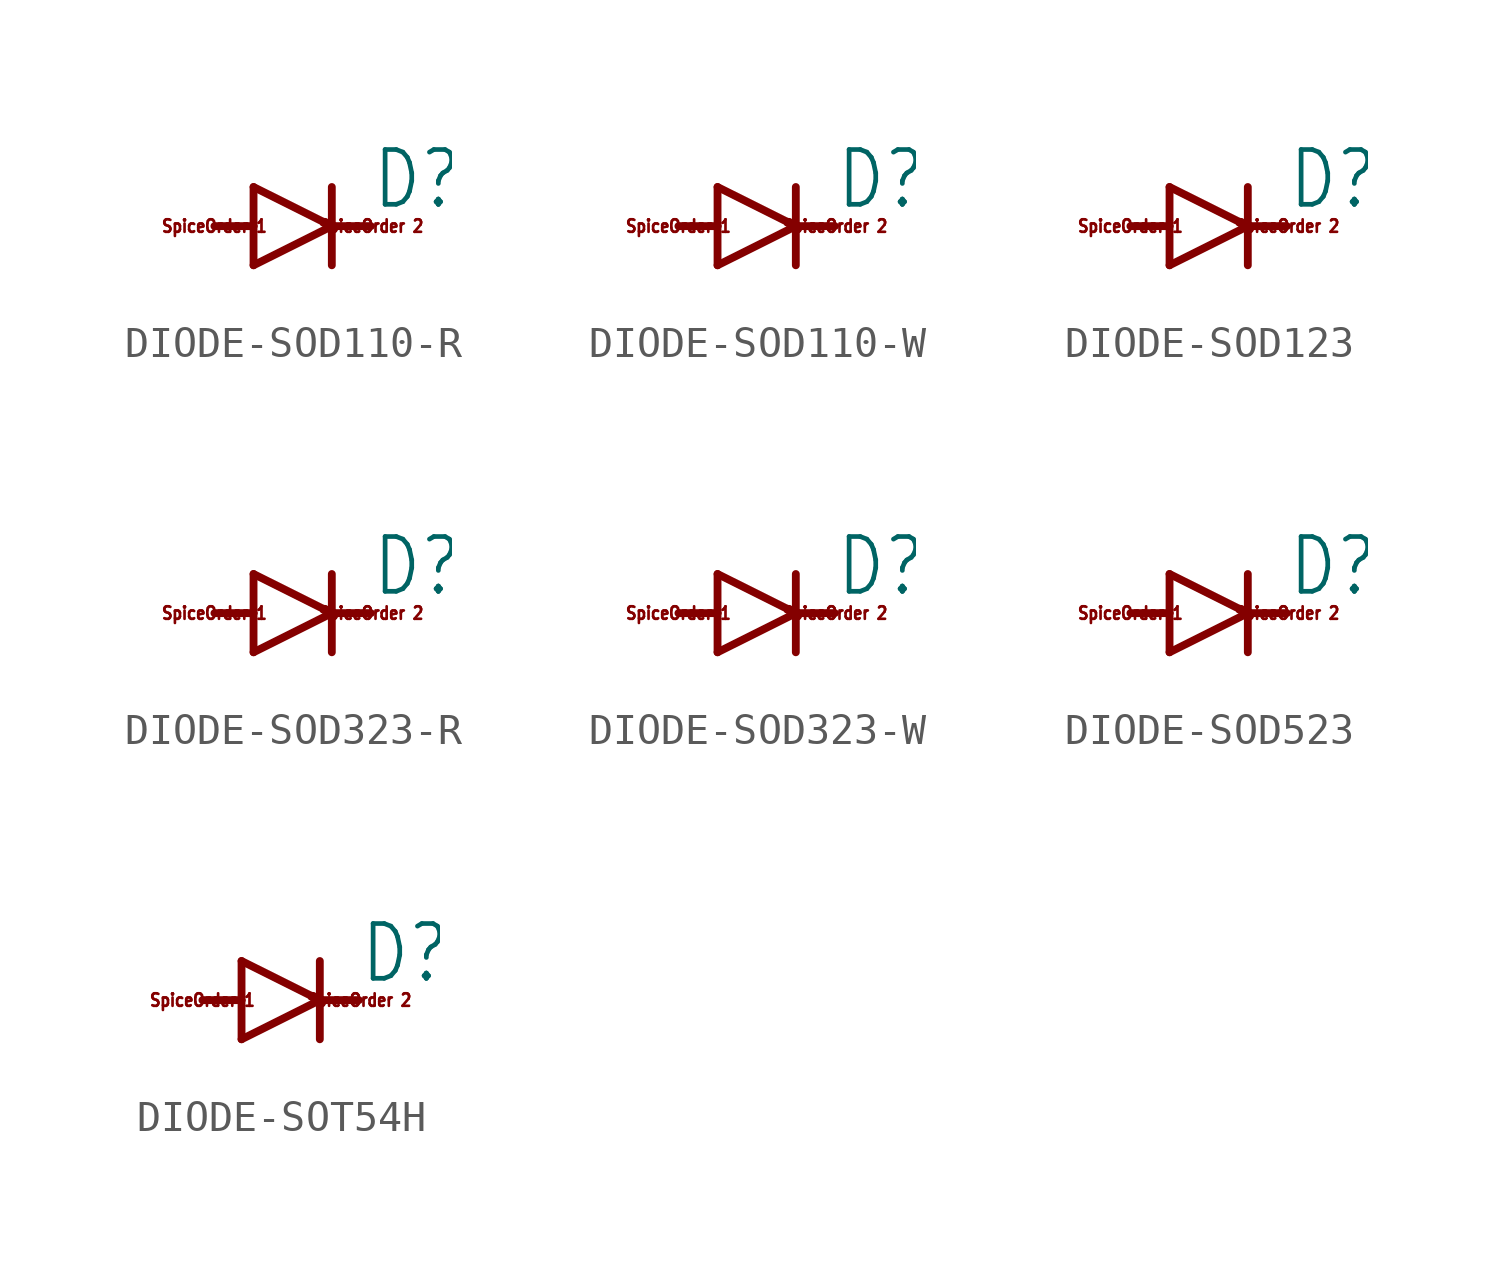
<source format=kicad_sym>
(kicad_symbol_lib
  (version 20241209)
  (generator "kicad_symbol_editor")
  (generator_version "9.0")
  (symbol "DIODE-SOD110-R"
    (property "Reference" "D"
      (at 2.54 0.483 0)
      (effects (font (size 1.778 1.511)) (justify left bottom)))
    (property "Value" ""
      (at 2.54 -2.311 0)
      (effects (font (size 1.778 1.511)) (justify left bottom)))
    (property "ki_locked" ""
      (at 0 0 0)
      (effects (font (size 1.27 1.27))))
    (symbol "DIODE-SOD110-R_1_0"
      (polyline (pts (xy -1.27 1.27) (xy -1.27 0)) (stroke (width 0.254) (type solid)) (fill (type none)))
      (polyline (pts (xy -1.27 0) (xy -2.54 0)) (stroke (width 0.254) (type solid)) (fill (type none)))
      (polyline (pts (xy -1.27 0) (xy -1.27 -1.27)) (stroke (width 0.254) (type solid)) (fill (type none)))
      (polyline (pts (xy -1.27 -1.27) (xy 1.27 0)) (stroke (width 0.254) (type solid)) (fill (type none)))
      (polyline (pts (xy 1.27 1.27) (xy 1.27 0)) (stroke (width 0.254) (type solid)) (fill (type none)))
      (polyline (pts (xy 1.27 0) (xy -1.27 1.27)) (stroke (width 0.254) (type solid)) (fill (type none)))
      (polyline (pts (xy 1.27 0) (xy 1.27 -1.27)) (stroke (width 0.254) (type solid)) (fill (type none)))
      (polyline (pts (xy 2.54 0) (xy 1.27 0)) (stroke (width 0.254) (type solid)) (fill (type none)))
      (text "SpiceOrder 1" (at -2.54 0 0) (effects (font (size 0.406 0.345))))
      (text "SpiceOrder 2" (at 2.54 0 0) (effects (font (size 0.406 0.345))))
      (pin passive line (at -2.54 0 0) (length 0) (name "A" (effects (font (size 0 0)))) (number "A" (effects (font (size 0 0)))))
      (pin passive line (at 2.54 0 180) (length 0) (name "C" (effects (font (size 0 0)))) (number "C" (effects (font (size 0 0)))))))
  (symbol "DIODE-SOD110-W"
    (property "Reference" "D"
      (at 2.54 0.483 0)
      (effects (font (size 1.778 1.511)) (justify left bottom)))
    (property "Value" ""
      (at 2.54 -2.311 0)
      (effects (font (size 1.778 1.511)) (justify left bottom)))
    (property "ki_locked" ""
      (at 0 0 0)
      (effects (font (size 1.27 1.27))))
    (symbol "DIODE-SOD110-W_1_0"
      (polyline (pts (xy -1.27 1.27) (xy -1.27 0)) (stroke (width 0.254) (type solid)) (fill (type none)))
      (polyline (pts (xy -1.27 0) (xy -2.54 0)) (stroke (width 0.254) (type solid)) (fill (type none)))
      (polyline (pts (xy -1.27 0) (xy -1.27 -1.27)) (stroke (width 0.254) (type solid)) (fill (type none)))
      (polyline (pts (xy -1.27 -1.27) (xy 1.27 0)) (stroke (width 0.254) (type solid)) (fill (type none)))
      (polyline (pts (xy 1.27 1.27) (xy 1.27 0)) (stroke (width 0.254) (type solid)) (fill (type none)))
      (polyline (pts (xy 1.27 0) (xy -1.27 1.27)) (stroke (width 0.254) (type solid)) (fill (type none)))
      (polyline (pts (xy 1.27 0) (xy 1.27 -1.27)) (stroke (width 0.254) (type solid)) (fill (type none)))
      (polyline (pts (xy 2.54 0) (xy 1.27 0)) (stroke (width 0.254) (type solid)) (fill (type none)))
      (text "SpiceOrder 1" (at -2.54 0 0) (effects (font (size 0.406 0.345))))
      (text "SpiceOrder 2" (at 2.54 0 0) (effects (font (size 0.406 0.345))))
      (pin passive line (at -2.54 0 0) (length 0) (name "A" (effects (font (size 0 0)))) (number "A" (effects (font (size 0 0)))))
      (pin passive line (at 2.54 0 180) (length 0) (name "C" (effects (font (size 0 0)))) (number "C" (effects (font (size 0 0)))))))
  (symbol "DIODE-SOD123"
    (property "Reference" "D"
      (at 2.54 0.483 0)
      (effects (font (size 1.778 1.511)) (justify left bottom)))
    (property "Value" ""
      (at 2.54 -2.311 0)
      (effects (font (size 1.778 1.511)) (justify left bottom)))
    (property "ki_locked" ""
      (at 0 0 0)
      (effects (font (size 1.27 1.27))))
    (symbol "DIODE-SOD123_1_0"
      (polyline (pts (xy -1.27 1.27) (xy -1.27 0)) (stroke (width 0.254) (type solid)) (fill (type none)))
      (polyline (pts (xy -1.27 0) (xy -2.54 0)) (stroke (width 0.254) (type solid)) (fill (type none)))
      (polyline (pts (xy -1.27 0) (xy -1.27 -1.27)) (stroke (width 0.254) (type solid)) (fill (type none)))
      (polyline (pts (xy -1.27 -1.27) (xy 1.27 0)) (stroke (width 0.254) (type solid)) (fill (type none)))
      (polyline (pts (xy 1.27 1.27) (xy 1.27 0)) (stroke (width 0.254) (type solid)) (fill (type none)))
      (polyline (pts (xy 1.27 0) (xy -1.27 1.27)) (stroke (width 0.254) (type solid)) (fill (type none)))
      (polyline (pts (xy 1.27 0) (xy 1.27 -1.27)) (stroke (width 0.254) (type solid)) (fill (type none)))
      (polyline (pts (xy 2.54 0) (xy 1.27 0)) (stroke (width 0.254) (type solid)) (fill (type none)))
      (text "SpiceOrder 1" (at -2.54 0 0) (effects (font (size 0.406 0.345))))
      (text "SpiceOrder 2" (at 2.54 0 0) (effects (font (size 0.406 0.345))))
      (pin passive line (at -2.54 0 0) (length 0) (name "A" (effects (font (size 0 0)))) (number "A" (effects (font (size 0 0)))))
      (pin passive line (at 2.54 0 180) (length 0) (name "C" (effects (font (size 0 0)))) (number "C" (effects (font (size 0 0)))))))
  (symbol "DIODE-SOD323-R"
    (property "Reference" "D"
      (at 2.54 0.483 0)
      (effects (font (size 1.778 1.511)) (justify left bottom)))
    (property "Value" ""
      (at 2.54 -2.311 0)
      (effects (font (size 1.778 1.511)) (justify left bottom)))
    (property "ki_locked" ""
      (at 0 0 0)
      (effects (font (size 1.27 1.27))))
    (symbol "DIODE-SOD323-R_1_0"
      (polyline (pts (xy -1.27 1.27) (xy -1.27 0)) (stroke (width 0.254) (type solid)) (fill (type none)))
      (polyline (pts (xy -1.27 0) (xy -2.54 0)) (stroke (width 0.254) (type solid)) (fill (type none)))
      (polyline (pts (xy -1.27 0) (xy -1.27 -1.27)) (stroke (width 0.254) (type solid)) (fill (type none)))
      (polyline (pts (xy -1.27 -1.27) (xy 1.27 0)) (stroke (width 0.254) (type solid)) (fill (type none)))
      (polyline (pts (xy 1.27 1.27) (xy 1.27 0)) (stroke (width 0.254) (type solid)) (fill (type none)))
      (polyline (pts (xy 1.27 0) (xy -1.27 1.27)) (stroke (width 0.254) (type solid)) (fill (type none)))
      (polyline (pts (xy 1.27 0) (xy 1.27 -1.27)) (stroke (width 0.254) (type solid)) (fill (type none)))
      (polyline (pts (xy 2.54 0) (xy 1.27 0)) (stroke (width 0.254) (type solid)) (fill (type none)))
      (text "SpiceOrder 1" (at -2.54 0 0) (effects (font (size 0.406 0.345))))
      (text "SpiceOrder 2" (at 2.54 0 0) (effects (font (size 0.406 0.345))))
      (pin passive line (at -2.54 0 0) (length 0) (name "A" (effects (font (size 0 0)))) (number "A" (effects (font (size 0 0)))))
      (pin passive line (at 2.54 0 180) (length 0) (name "C" (effects (font (size 0 0)))) (number "C" (effects (font (size 0 0)))))))
  (symbol "DIODE-SOD323-W"
    (property "Reference" "D"
      (at 2.54 0.483 0)
      (effects (font (size 1.778 1.511)) (justify left bottom)))
    (property "Value" ""
      (at 2.54 -2.311 0)
      (effects (font (size 1.778 1.511)) (justify left bottom)))
    (property "ki_locked" ""
      (at 0 0 0)
      (effects (font (size 1.27 1.27))))
    (symbol "DIODE-SOD323-W_1_0"
      (polyline (pts (xy -1.27 1.27) (xy -1.27 0)) (stroke (width 0.254) (type solid)) (fill (type none)))
      (polyline (pts (xy -1.27 0) (xy -2.54 0)) (stroke (width 0.254) (type solid)) (fill (type none)))
      (polyline (pts (xy -1.27 0) (xy -1.27 -1.27)) (stroke (width 0.254) (type solid)) (fill (type none)))
      (polyline (pts (xy -1.27 -1.27) (xy 1.27 0)) (stroke (width 0.254) (type solid)) (fill (type none)))
      (polyline (pts (xy 1.27 1.27) (xy 1.27 0)) (stroke (width 0.254) (type solid)) (fill (type none)))
      (polyline (pts (xy 1.27 0) (xy -1.27 1.27)) (stroke (width 0.254) (type solid)) (fill (type none)))
      (polyline (pts (xy 1.27 0) (xy 1.27 -1.27)) (stroke (width 0.254) (type solid)) (fill (type none)))
      (polyline (pts (xy 2.54 0) (xy 1.27 0)) (stroke (width 0.254) (type solid)) (fill (type none)))
      (text "SpiceOrder 1" (at -2.54 0 0) (effects (font (size 0.406 0.345))))
      (text "SpiceOrder 2" (at 2.54 0 0) (effects (font (size 0.406 0.345))))
      (pin passive line (at -2.54 0 0) (length 0) (name "A" (effects (font (size 0 0)))) (number "A" (effects (font (size 0 0)))))
      (pin passive line (at 2.54 0 180) (length 0) (name "C" (effects (font (size 0 0)))) (number "C" (effects (font (size 0 0)))))))
  (symbol "DIODE-SOD523"
    (property "Reference" "D"
      (at 2.54 0.483 0)
      (effects (font (size 1.778 1.511)) (justify left bottom)))
    (property "Value" ""
      (at 2.54 -2.311 0)
      (effects (font (size 1.778 1.511)) (justify left bottom)))
    (property "ki_locked" ""
      (at 0 0 0)
      (effects (font (size 1.27 1.27))))
    (symbol "DIODE-SOD523_1_0"
      (polyline (pts (xy -1.27 1.27) (xy -1.27 0)) (stroke (width 0.254) (type solid)) (fill (type none)))
      (polyline (pts (xy -1.27 0) (xy -2.54 0)) (stroke (width 0.254) (type solid)) (fill (type none)))
      (polyline (pts (xy -1.27 0) (xy -1.27 -1.27)) (stroke (width 0.254) (type solid)) (fill (type none)))
      (polyline (pts (xy -1.27 -1.27) (xy 1.27 0)) (stroke (width 0.254) (type solid)) (fill (type none)))
      (polyline (pts (xy 1.27 1.27) (xy 1.27 0)) (stroke (width 0.254) (type solid)) (fill (type none)))
      (polyline (pts (xy 1.27 0) (xy -1.27 1.27)) (stroke (width 0.254) (type solid)) (fill (type none)))
      (polyline (pts (xy 1.27 0) (xy 1.27 -1.27)) (stroke (width 0.254) (type solid)) (fill (type none)))
      (polyline (pts (xy 2.54 0) (xy 1.27 0)) (stroke (width 0.254) (type solid)) (fill (type none)))
      (text "SpiceOrder 1" (at -2.54 0 0) (effects (font (size 0.406 0.345))))
      (text "SpiceOrder 2" (at 2.54 0 0) (effects (font (size 0.406 0.345))))
      (pin passive line (at -2.54 0 0) (length 0) (name "A" (effects (font (size 0 0)))) (number "A" (effects (font (size 0 0)))))
      (pin passive line (at 2.54 0 180) (length 0) (name "C" (effects (font (size 0 0)))) (number "C" (effects (font (size 0 0)))))))
  (symbol "DIODE-SOT54H"
    (property "Reference" "D"
      (at 2.54 0.483 0)
      (effects (font (size 1.778 1.511)) (justify left bottom)))
    (property "Value" ""
      (at 2.54 -2.311 0)
      (effects (font (size 1.778 1.511)) (justify left bottom)))
    (property "ki_locked" ""
      (at 0 0 0)
      (effects (font (size 1.27 1.27))))
    (symbol "DIODE-SOT54H_1_0"
      (polyline (pts (xy -1.27 1.27) (xy -1.27 0)) (stroke (width 0.254) (type solid)) (fill (type none)))
      (polyline (pts (xy -1.27 0) (xy -2.54 0)) (stroke (width 0.254) (type solid)) (fill (type none)))
      (polyline (pts (xy -1.27 0) (xy -1.27 -1.27)) (stroke (width 0.254) (type solid)) (fill (type none)))
      (polyline (pts (xy -1.27 -1.27) (xy 1.27 0)) (stroke (width 0.254) (type solid)) (fill (type none)))
      (polyline (pts (xy 1.27 1.27) (xy 1.27 0)) (stroke (width 0.254) (type solid)) (fill (type none)))
      (polyline (pts (xy 1.27 0) (xy -1.27 1.27)) (stroke (width 0.254) (type solid)) (fill (type none)))
      (polyline (pts (xy 1.27 0) (xy 1.27 -1.27)) (stroke (width 0.254) (type solid)) (fill (type none)))
      (polyline (pts (xy 2.54 0) (xy 1.27 0)) (stroke (width 0.254) (type solid)) (fill (type none)))
      (text "SpiceOrder 1" (at -2.54 0 0) (effects (font (size 0.406 0.345))))
      (text "SpiceOrder 2" (at 2.54 0 0) (effects (font (size 0.406 0.345))))
      (pin passive line (at -2.54 0 0) (length 0) (name "A" (effects (font (size 0 0)))) (number "A" (effects (font (size 0 0)))))
      (pin passive line (at 2.54 0 180) (length 0) (name "C" (effects (font (size 0 0)))) (number "C" (effects (font (size 0 0))))))))
</source>
